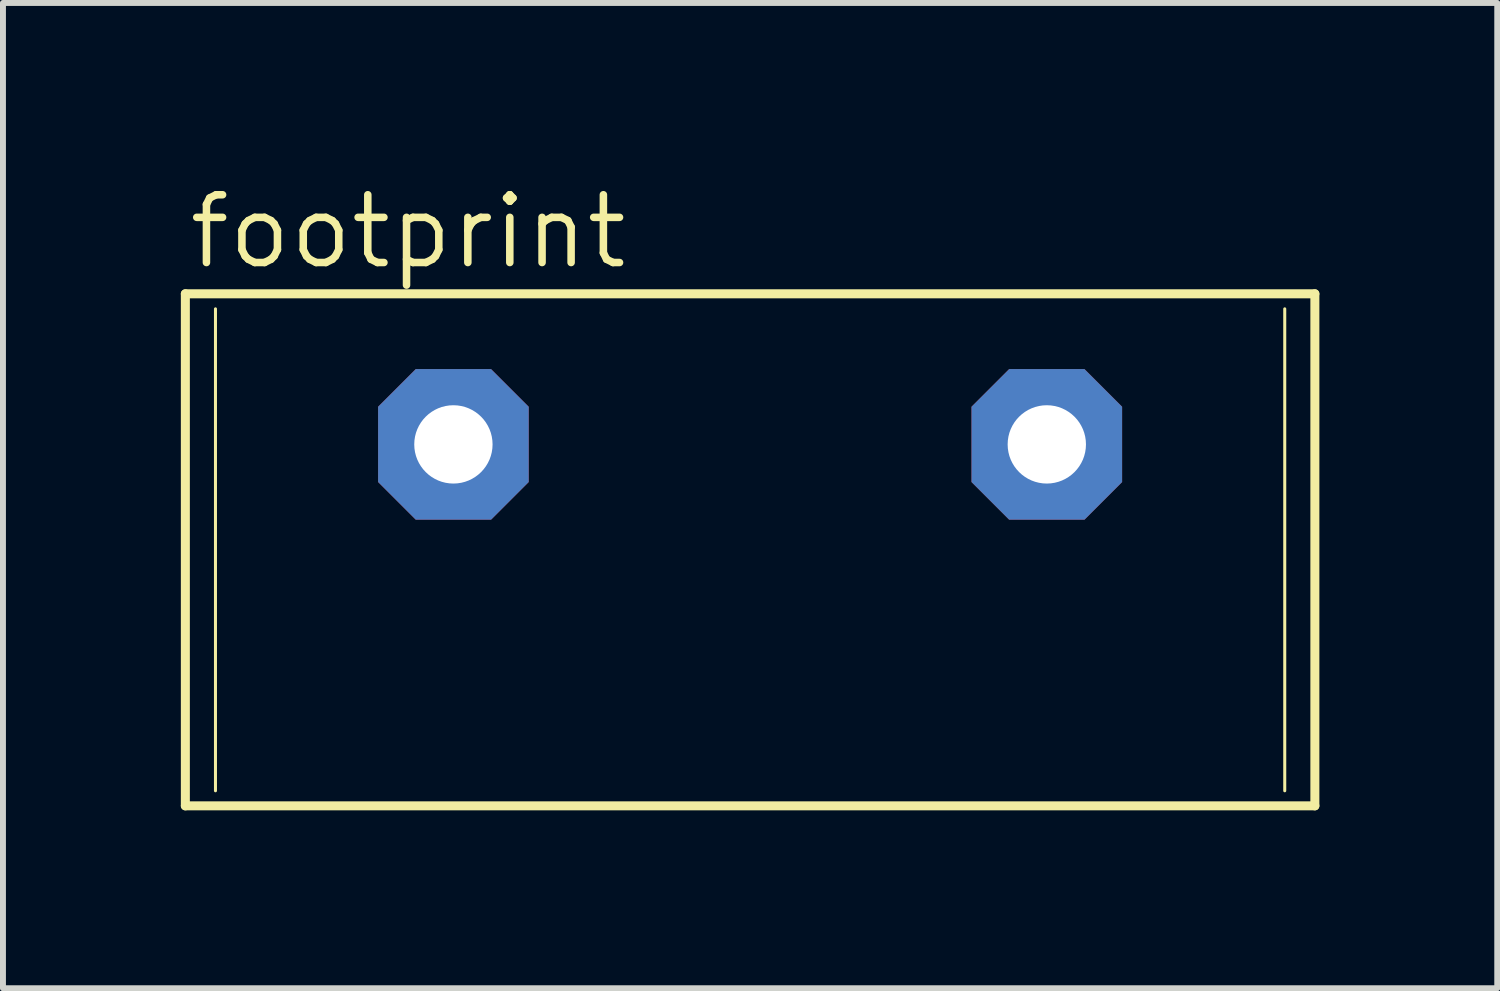
<source format=kicad_pcb>
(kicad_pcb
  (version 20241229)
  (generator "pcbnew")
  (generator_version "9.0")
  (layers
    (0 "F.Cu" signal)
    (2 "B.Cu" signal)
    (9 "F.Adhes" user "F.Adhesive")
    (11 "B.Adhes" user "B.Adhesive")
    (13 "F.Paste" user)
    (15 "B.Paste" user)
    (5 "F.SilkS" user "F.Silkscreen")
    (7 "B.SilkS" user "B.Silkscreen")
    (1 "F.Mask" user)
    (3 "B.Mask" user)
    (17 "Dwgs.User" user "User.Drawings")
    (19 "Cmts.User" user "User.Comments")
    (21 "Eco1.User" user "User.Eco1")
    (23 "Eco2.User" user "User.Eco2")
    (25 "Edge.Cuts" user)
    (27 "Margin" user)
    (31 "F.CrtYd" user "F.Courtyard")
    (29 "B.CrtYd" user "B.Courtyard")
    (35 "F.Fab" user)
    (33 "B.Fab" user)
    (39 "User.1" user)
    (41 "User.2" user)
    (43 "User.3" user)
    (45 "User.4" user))
  (footprint "footprint"
    (layer "F.Cu")
    (at 9.601 4.445)
    (property "Reference" "footprint" (at -9.525 -2.921 0) (layer "F.SilkS") (effects (font (size 1.143 1.143) (thickness 0.127)) (justify left bottom)))
    (fp_line (start -9.525 -2.54) (end -9.525 6.096) (stroke (width 0.152) (type solid)) (layer "F.SilkS"))
    (fp_line (start -9.525 -2.54) (end 9.525 -2.54) (stroke (width 0.152) (type solid)) (layer "F.SilkS"))
    (fp_line (start -9.525 6.096) (end 9.525 6.096) (stroke (width 0.152) (type solid)) (layer "F.SilkS"))
    (fp_line (start -9.017 -2.286) (end -9.017 5.842) (stroke (width 0.051) (type solid)) (layer "F.SilkS"))
    (fp_line (start 9.017 -2.286) (end 9.017 5.842) (stroke (width 0.051) (type solid)) (layer "F.SilkS"))
    (fp_line (start 9.525 6.096) (end 9.525 -2.54) (stroke (width 0.152) (type solid)) (layer "F.SilkS"))
    (pad "1" thru_hole roundrect (at -5.004 0) (size 2.54 2.54) (drill 1.321) (layers "*.Cu" "*.Mask") (roundrect_rratio 0.25) (chamfer_ratio 0.25) (chamfer top_left top_right bottom_left bottom_right))
    (pad "2" thru_hole roundrect (at 5.004 0) (size 2.54 2.54) (drill 1.321) (layers "*.Cu" "*.Mask") (roundrect_rratio 0.25) (chamfer_ratio 0.25) (chamfer top_left top_right bottom_left bottom_right)))
  (gr_rect
    (start -3 -3)
    (end 22.202 13.617)
    (stroke (width 0.1) (type default))
    (fill no)
    (layer "Edge.Cuts")))
</source>
